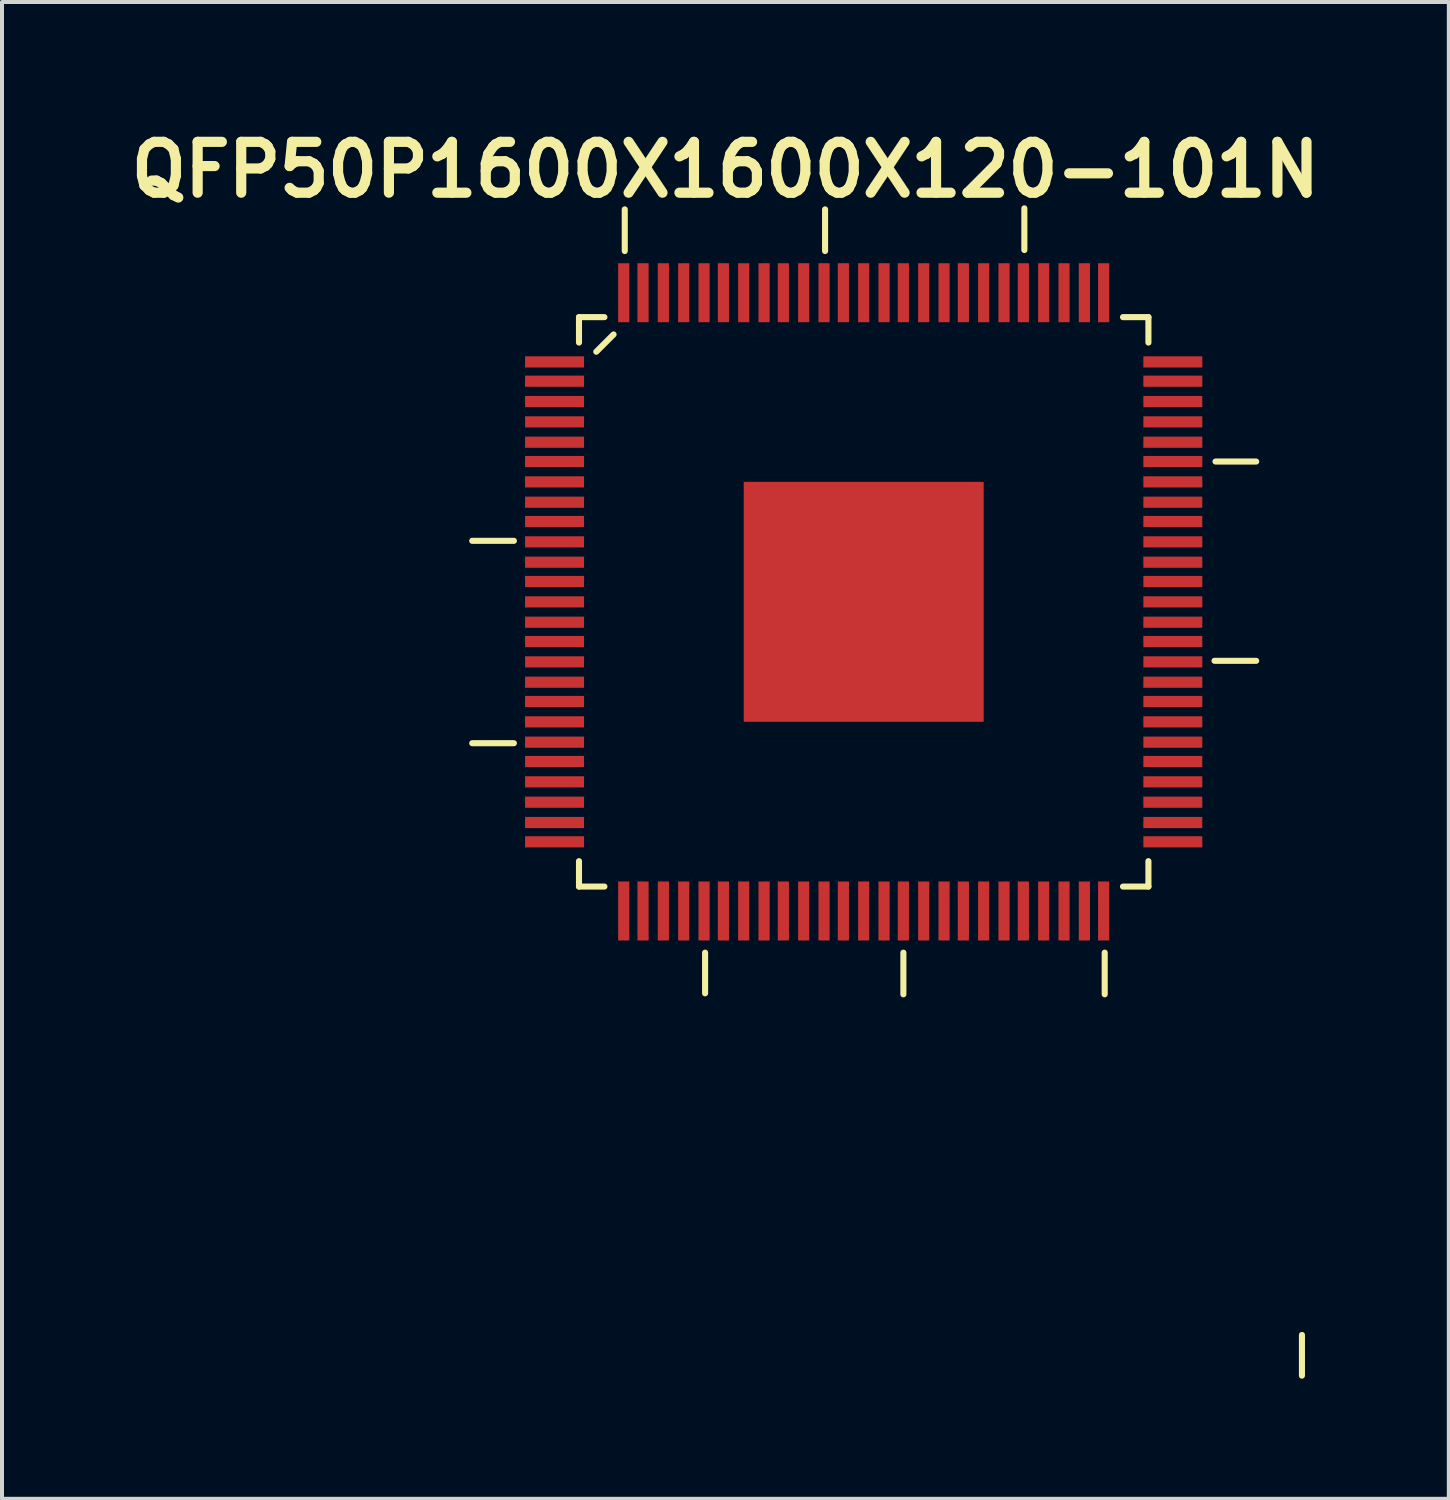
<source format=kicad_pcb>
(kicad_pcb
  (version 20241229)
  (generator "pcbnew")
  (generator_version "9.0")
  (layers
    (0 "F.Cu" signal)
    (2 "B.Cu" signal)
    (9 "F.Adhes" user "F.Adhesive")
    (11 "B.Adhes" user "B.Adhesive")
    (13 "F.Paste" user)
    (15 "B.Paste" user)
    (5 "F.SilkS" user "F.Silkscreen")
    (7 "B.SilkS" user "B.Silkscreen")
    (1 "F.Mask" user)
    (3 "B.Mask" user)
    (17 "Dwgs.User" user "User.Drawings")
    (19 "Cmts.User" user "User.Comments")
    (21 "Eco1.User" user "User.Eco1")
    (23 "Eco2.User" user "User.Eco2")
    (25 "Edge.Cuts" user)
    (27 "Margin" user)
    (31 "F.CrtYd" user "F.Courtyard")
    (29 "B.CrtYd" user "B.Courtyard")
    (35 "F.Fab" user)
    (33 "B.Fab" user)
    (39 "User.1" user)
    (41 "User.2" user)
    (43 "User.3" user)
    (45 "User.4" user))
  (footprint "QFP50P1600X1600X120-101N"
    (layer "F.Cu")
    (at 18.525 11.984)
    (property "Reference" "QFP50P1600X1600X120-101N" (at -3.454 -10.795 0) (layer "F.SilkS") (effects (font (size 1.27 1.27) (thickness 0.254))))
    (attr smd)
    (fp_line (start -9.779 -1.524) (end -8.738 -1.524) (stroke (width 0.152) (type solid)) (layer "F.SilkS"))
    (fp_line (start -9.779 3.531) (end -8.738 3.531) (stroke (width 0.152) (type solid)) (layer "F.SilkS"))
    (fp_line (start -7.112 -7.112) (end -7.112 -6.477) (stroke (width 0.152) (type solid)) (layer "F.SilkS"))
    (fp_line (start -7.112 6.477) (end -7.112 7.112) (stroke (width 0.152) (type solid)) (layer "F.SilkS"))
    (fp_line (start -7.112 7.112) (end -6.477 7.112) (stroke (width 0.152) (type solid)) (layer "F.SilkS"))
    (fp_line (start -6.68 -6.248) (end -6.248 -6.68) (stroke (width 0.152) (type solid)) (layer "F.SilkS"))
    (fp_line (start -6.477 -7.112) (end -7.112 -7.112) (stroke (width 0.152) (type solid)) (layer "F.SilkS"))
    (fp_line (start -5.969 -8.763) (end -5.969 -9.804) (stroke (width 0.152) (type solid)) (layer "F.SilkS"))
    (fp_line (start -3.962 9.779) (end -3.962 8.763) (stroke (width 0.152) (type solid)) (layer "F.SilkS"))
    (fp_line (start -0.965 -8.763) (end -0.965 -9.804) (stroke (width 0.152) (type solid)) (layer "F.SilkS"))
    (fp_line (start 0.991 9.804) (end 0.991 8.763) (stroke (width 0.152) (type solid)) (layer "F.SilkS"))
    (fp_line (start 4.013 -8.788) (end 4.013 -9.83) (stroke (width 0.152) (type solid)) (layer "F.SilkS"))
    (fp_line (start 6.02 9.804) (end 6.02 8.763) (stroke (width 0.152) (type solid)) (layer "F.SilkS"))
    (fp_line (start 6.477 7.112) (end 7.112 7.112) (stroke (width 0.152) (type solid)) (layer "F.SilkS"))
    (fp_line (start 7.112 -7.112) (end 6.477 -7.112) (stroke (width 0.152) (type solid)) (layer "F.SilkS"))
    (fp_line (start 7.112 -6.477) (end 7.112 -7.112) (stroke (width 0.152) (type solid)) (layer "F.SilkS"))
    (fp_line (start 7.112 7.112) (end 7.112 6.477) (stroke (width 0.152) (type solid)) (layer "F.SilkS"))
    (fp_line (start 8.763 1.473) (end 9.804 1.473) (stroke (width 0.152) (type solid)) (layer "F.SilkS"))
    (fp_line (start 8.788 -3.505) (end 9.804 -3.505) (stroke (width 0.152) (type solid)) (layer "F.SilkS"))
    (fp_line (start 10.947 19.329) (end 10.947 18.313) (stroke (width 0.152) (type solid)) (layer "F.SilkS"))
    (pad "1" smd rect (at -7.722 -5.994 90) (size 0.279 1.473) (layers "F.Cu" "F.Mask" "F.Paste"))
    (pad "2" smd rect (at -7.722 -5.512 90) (size 0.279 1.473) (layers "F.Cu" "F.Mask" "F.Paste"))
    (pad "3" smd rect (at -7.722 -5.004 90) (size 0.279 1.473) (layers "F.Cu" "F.Mask" "F.Paste"))
    (pad "4" smd rect (at -7.722 -4.496 90) (size 0.279 1.473) (layers "F.Cu" "F.Mask" "F.Paste"))
    (pad "5" smd rect (at -7.722 -3.988 90) (size 0.279 1.473) (layers "F.Cu" "F.Mask" "F.Paste"))
    (pad "6" smd rect (at -7.722 -3.505 90) (size 0.279 1.473) (layers "F.Cu" "F.Mask" "F.Paste"))
    (pad "7" smd rect (at -7.722 -2.997 90) (size 0.279 1.473) (layers "F.Cu" "F.Mask" "F.Paste"))
    (pad "8" smd rect (at -7.722 -2.489 90) (size 0.279 1.473) (layers "F.Cu" "F.Mask" "F.Paste"))
    (pad "9" smd rect (at -7.722 -2.007 90) (size 0.279 1.473) (layers "F.Cu" "F.Mask" "F.Paste"))
    (pad "10" smd rect (at -7.722 -1.499 90) (size 0.279 1.473) (layers "F.Cu" "F.Mask" "F.Paste"))
    (pad "11" smd rect (at -7.722 -0.991 90) (size 0.279 1.473) (layers "F.Cu" "F.Mask" "F.Paste"))
    (pad "12" smd rect (at -7.722 -0.508 90) (size 0.279 1.473) (layers "F.Cu" "F.Mask" "F.Paste"))
    (pad "13" smd rect (at -7.722 0 90) (size 0.279 1.473) (layers "F.Cu" "F.Mask" "F.Paste"))
    (pad "14" smd rect (at -7.722 0.508 90) (size 0.279 1.473) (layers "F.Cu" "F.Mask" "F.Paste"))
    (pad "15" smd rect (at -7.722 0.991 90) (size 0.279 1.473) (layers "F.Cu" "F.Mask" "F.Paste"))
    (pad "16" smd rect (at -7.722 1.499 90) (size 0.279 1.473) (layers "F.Cu" "F.Mask" "F.Paste"))
    (pad "17" smd rect (at -7.722 2.007 90) (size 0.279 1.473) (layers "F.Cu" "F.Mask" "F.Paste"))
    (pad "18" smd rect (at -7.722 2.489 90) (size 0.279 1.473) (layers "F.Cu" "F.Mask" "F.Paste"))
    (pad "19" smd rect (at -7.722 2.997 90) (size 0.279 1.473) (layers "F.Cu" "F.Mask" "F.Paste"))
    (pad "20" smd rect (at -7.722 3.505 90) (size 0.279 1.473) (layers "F.Cu" "F.Mask" "F.Paste"))
    (pad "21" smd rect (at -7.722 3.988 90) (size 0.279 1.473) (layers "F.Cu" "F.Mask" "F.Paste"))
    (pad "22" smd rect (at -7.722 4.496 90) (size 0.279 1.473) (layers "F.Cu" "F.Mask" "F.Paste"))
    (pad "23" smd rect (at -7.722 5.004 90) (size 0.279 1.473) (layers "F.Cu" "F.Mask" "F.Paste"))
    (pad "24" smd rect (at -7.722 5.512 90) (size 0.279 1.473) (layers "F.Cu" "F.Mask" "F.Paste"))
    (pad "25" smd rect (at -7.722 5.994 90) (size 0.279 1.473) (layers "F.Cu" "F.Mask" "F.Paste"))
    (pad "26" smd rect (at -5.994 7.722) (size 0.279 1.473) (layers "F.Cu" "F.Mask" "F.Paste"))
    (pad "27" smd rect (at -5.512 7.722) (size 0.279 1.473) (layers "F.Cu" "F.Mask" "F.Paste"))
    (pad "28" smd rect (at -5.004 7.722) (size 0.279 1.473) (layers "F.Cu" "F.Mask" "F.Paste"))
    (pad "29" smd rect (at -4.496 7.722) (size 0.279 1.473) (layers "F.Cu" "F.Mask" "F.Paste"))
    (pad "30" smd rect (at -3.988 7.722) (size 0.279 1.473) (layers "F.Cu" "F.Mask" "F.Paste"))
    (pad "31" smd rect (at -3.505 7.722) (size 0.279 1.473) (layers "F.Cu" "F.Mask" "F.Paste"))
    (pad "32" smd rect (at -2.997 7.722) (size 0.279 1.473) (layers "F.Cu" "F.Mask" "F.Paste"))
    (pad "33" smd rect (at -2.489 7.722) (size 0.279 1.473) (layers "F.Cu" "F.Mask" "F.Paste"))
    (pad "34" smd rect (at -2.007 7.722) (size 0.279 1.473) (layers "F.Cu" "F.Mask" "F.Paste"))
    (pad "35" smd rect (at -1.499 7.722) (size 0.279 1.473) (layers "F.Cu" "F.Mask" "F.Paste"))
    (pad "36" smd rect (at -0.991 7.722) (size 0.279 1.473) (layers "F.Cu" "F.Mask" "F.Paste"))
    (pad "37" smd rect (at -0.508 7.722) (size 0.279 1.473) (layers "F.Cu" "F.Mask" "F.Paste"))
    (pad "38" smd rect (at 0 7.722) (size 0.279 1.473) (layers "F.Cu" "F.Mask" "F.Paste"))
    (pad "39" smd rect (at 0.508 7.722) (size 0.279 1.473) (layers "F.Cu" "F.Mask" "F.Paste"))
    (pad "40" smd rect (at 0.991 7.722) (size 0.279 1.473) (layers "F.Cu" "F.Mask" "F.Paste"))
    (pad "41" smd rect (at 1.499 7.722) (size 0.279 1.473) (layers "F.Cu" "F.Mask" "F.Paste"))
    (pad "42" smd rect (at 2.007 7.722) (size 0.279 1.473) (layers "F.Cu" "F.Mask" "F.Paste"))
    (pad "43" smd rect (at 2.489 7.722) (size 0.279 1.473) (layers "F.Cu" "F.Mask" "F.Paste"))
    (pad "44" smd rect (at 2.997 7.722) (size 0.279 1.473) (layers "F.Cu" "F.Mask" "F.Paste"))
    (pad "45" smd rect (at 3.505 7.722) (size 0.279 1.473) (layers "F.Cu" "F.Mask" "F.Paste"))
    (pad "46" smd rect (at 3.988 7.722) (size 0.279 1.473) (layers "F.Cu" "F.Mask" "F.Paste"))
    (pad "47" smd rect (at 4.496 7.722) (size 0.279 1.473) (layers "F.Cu" "F.Mask" "F.Paste"))
    (pad "48" smd rect (at 5.004 7.722) (size 0.279 1.473) (layers "F.Cu" "F.Mask" "F.Paste"))
    (pad "49" smd rect (at 5.512 7.722) (size 0.279 1.473) (layers "F.Cu" "F.Mask" "F.Paste"))
    (pad "50" smd rect (at 5.994 7.722) (size 0.279 1.473) (layers "F.Cu" "F.Mask" "F.Paste"))
    (pad "51" smd rect (at 7.722 5.994 90) (size 0.279 1.473) (layers "F.Cu" "F.Mask" "F.Paste"))
    (pad "52" smd rect (at 7.722 5.512 90) (size 0.279 1.473) (layers "F.Cu" "F.Mask" "F.Paste"))
    (pad "53" smd rect (at 7.722 5.004 90) (size 0.279 1.473) (layers "F.Cu" "F.Mask" "F.Paste"))
    (pad "54" smd rect (at 7.722 4.496 90) (size 0.279 1.473) (layers "F.Cu" "F.Mask" "F.Paste"))
    (pad "55" smd rect (at 7.722 3.988 90) (size 0.279 1.473) (layers "F.Cu" "F.Mask" "F.Paste"))
    (pad "56" smd rect (at 7.722 3.505 90) (size 0.279 1.473) (layers "F.Cu" "F.Mask" "F.Paste"))
    (pad "57" smd rect (at 7.722 2.997 90) (size 0.279 1.473) (layers "F.Cu" "F.Mask" "F.Paste"))
    (pad "58" smd rect (at 7.722 2.489 90) (size 0.279 1.473) (layers "F.Cu" "F.Mask" "F.Paste"))
    (pad "59" smd rect (at 7.722 2.007 90) (size 0.279 1.473) (layers "F.Cu" "F.Mask" "F.Paste"))
    (pad "60" smd rect (at 7.722 1.499 90) (size 0.279 1.473) (layers "F.Cu" "F.Mask" "F.Paste"))
    (pad "61" smd rect (at 7.722 0.991 90) (size 0.279 1.473) (layers "F.Cu" "F.Mask" "F.Paste"))
    (pad "62" smd rect (at 7.722 0.508 90) (size 0.279 1.473) (layers "F.Cu" "F.Mask" "F.Paste"))
    (pad "63" smd rect (at 7.722 0 90) (size 0.279 1.473) (layers "F.Cu" "F.Mask" "F.Paste"))
    (pad "64" smd rect (at 7.722 -0.508 90) (size 0.279 1.473) (layers "F.Cu" "F.Mask" "F.Paste"))
    (pad "65" smd rect (at 7.722 -0.991 90) (size 0.279 1.473) (layers "F.Cu" "F.Mask" "F.Paste"))
    (pad "66" smd rect (at 7.722 -1.499 90) (size 0.279 1.473) (layers "F.Cu" "F.Mask" "F.Paste"))
    (pad "67" smd rect (at 7.722 -2.007 90) (size 0.279 1.473) (layers "F.Cu" "F.Mask" "F.Paste"))
    (pad "68" smd rect (at 7.722 -2.489 90) (size 0.279 1.473) (layers "F.Cu" "F.Mask" "F.Paste"))
    (pad "69" smd rect (at 7.722 -2.997 90) (size 0.279 1.473) (layers "F.Cu" "F.Mask" "F.Paste"))
    (pad "70" smd rect (at 7.722 -3.505 90) (size 0.279 1.473) (layers "F.Cu" "F.Mask" "F.Paste"))
    (pad "71" smd rect (at 7.722 -3.988 90) (size 0.279 1.473) (layers "F.Cu" "F.Mask" "F.Paste"))
    (pad "72" smd rect (at 7.722 -4.496 90) (size 0.279 1.473) (layers "F.Cu" "F.Mask" "F.Paste"))
    (pad "73" smd rect (at 7.722 -5.004 90) (size 0.279 1.473) (layers "F.Cu" "F.Mask" "F.Paste"))
    (pad "74" smd rect (at 7.722 -5.512 90) (size 0.279 1.473) (layers "F.Cu" "F.Mask" "F.Paste"))
    (pad "75" smd rect (at 7.722 -5.994 90) (size 0.279 1.473) (layers "F.Cu" "F.Mask" "F.Paste"))
    (pad "76" smd rect (at 5.994 -7.722) (size 0.279 1.473) (layers "F.Cu" "F.Mask" "F.Paste"))
    (pad "77" smd rect (at 5.512 -7.722) (size 0.279 1.473) (layers "F.Cu" "F.Mask" "F.Paste"))
    (pad "78" smd rect (at 5.004 -7.722) (size 0.279 1.473) (layers "F.Cu" "F.Mask" "F.Paste"))
    (pad "79" smd rect (at 4.496 -7.722) (size 0.279 1.473) (layers "F.Cu" "F.Mask" "F.Paste"))
    (pad "80" smd rect (at 3.988 -7.722) (size 0.279 1.473) (layers "F.Cu" "F.Mask" "F.Paste"))
    (pad "81" smd rect (at 3.505 -7.722) (size 0.279 1.473) (layers "F.Cu" "F.Mask" "F.Paste"))
    (pad "82" smd rect (at 2.997 -7.722) (size 0.279 1.473) (layers "F.Cu" "F.Mask" "F.Paste"))
    (pad "83" smd rect (at 2.489 -7.722) (size 0.279 1.473) (layers "F.Cu" "F.Mask" "F.Paste"))
    (pad "84" smd rect (at 2.007 -7.722) (size 0.279 1.473) (layers "F.Cu" "F.Mask" "F.Paste"))
    (pad "85" smd rect (at 1.499 -7.722) (size 0.279 1.473) (layers "F.Cu" "F.Mask" "F.Paste"))
    (pad "86" smd rect (at 0.991 -7.722) (size 0.279 1.473) (layers "F.Cu" "F.Mask" "F.Paste"))
    (pad "87" smd rect (at 0.508 -7.722) (size 0.279 1.473) (layers "F.Cu" "F.Mask" "F.Paste"))
    (pad "88" smd rect (at 0 -7.722) (size 0.279 1.473) (layers "F.Cu" "F.Mask" "F.Paste"))
    (pad "89" smd rect (at -0.508 -7.722) (size 0.279 1.473) (layers "F.Cu" "F.Mask" "F.Paste"))
    (pad "90" smd rect (at -0.991 -7.722) (size 0.279 1.473) (layers "F.Cu" "F.Mask" "F.Paste"))
    (pad "91" smd rect (at -1.499 -7.722) (size 0.279 1.473) (layers "F.Cu" "F.Mask" "F.Paste"))
    (pad "92" smd rect (at -2.007 -7.722) (size 0.279 1.473) (layers "F.Cu" "F.Mask" "F.Paste"))
    (pad "93" smd rect (at -2.489 -7.722) (size 0.279 1.473) (layers "F.Cu" "F.Mask" "F.Paste"))
    (pad "94" smd rect (at -2.997 -7.722) (size 0.279 1.473) (layers "F.Cu" "F.Mask" "F.Paste"))
    (pad "95" smd rect (at -3.505 -7.722) (size 0.279 1.473) (layers "F.Cu" "F.Mask" "F.Paste"))
    (pad "96" smd rect (at -3.988 -7.722) (size 0.279 1.473) (layers "F.Cu" "F.Mask" "F.Paste"))
    (pad "97" smd rect (at -4.496 -7.722) (size 0.279 1.473) (layers "F.Cu" "F.Mask" "F.Paste"))
    (pad "98" smd rect (at -5.004 -7.722) (size 0.279 1.473) (layers "F.Cu" "F.Mask" "F.Paste"))
    (pad "99" smd rect (at -5.512 -7.722) (size 0.279 1.473) (layers "F.Cu" "F.Mask" "F.Paste"))
    (pad "100" smd rect (at -5.994 -7.722) (size 0.279 1.473) (layers "F.Cu" "F.Mask" "F.Paste"))
    (pad "101" smd rect (at 0 0 90) (size 5.994 5.994) (layers "F.Cu" "F.Mask" "F.Paste")))
  (gr_rect
    (start -3 -3)
    (end 33.141 34.389)
    (stroke (width 0.1) (type default))
    (fill no)
    (layer "Edge.Cuts")))
</source>
